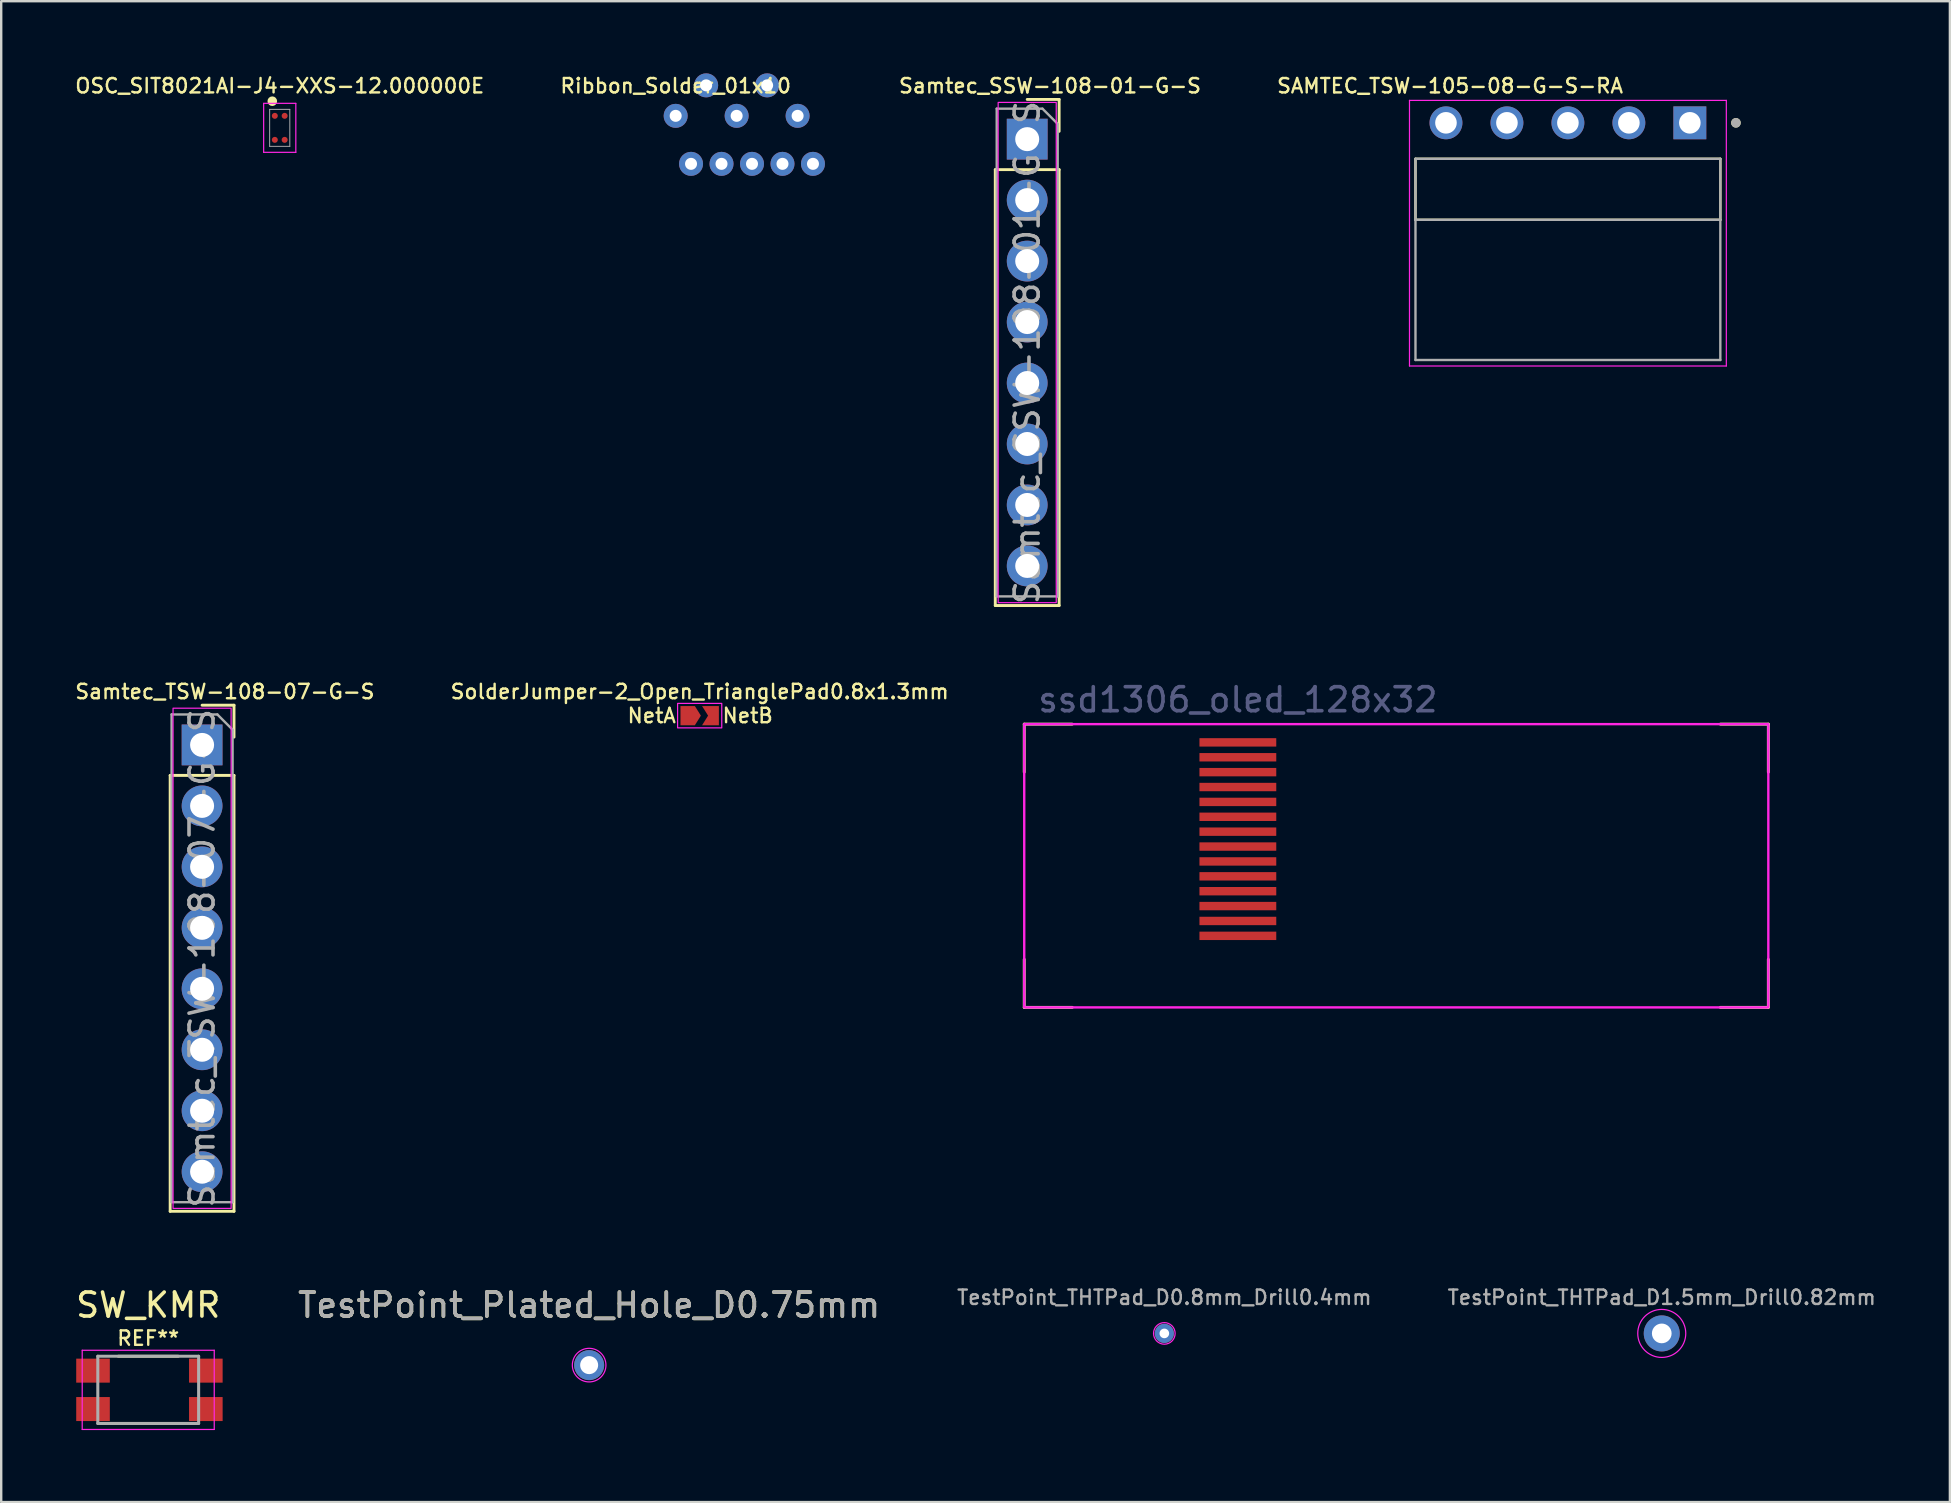
<source format=kicad_pcb>
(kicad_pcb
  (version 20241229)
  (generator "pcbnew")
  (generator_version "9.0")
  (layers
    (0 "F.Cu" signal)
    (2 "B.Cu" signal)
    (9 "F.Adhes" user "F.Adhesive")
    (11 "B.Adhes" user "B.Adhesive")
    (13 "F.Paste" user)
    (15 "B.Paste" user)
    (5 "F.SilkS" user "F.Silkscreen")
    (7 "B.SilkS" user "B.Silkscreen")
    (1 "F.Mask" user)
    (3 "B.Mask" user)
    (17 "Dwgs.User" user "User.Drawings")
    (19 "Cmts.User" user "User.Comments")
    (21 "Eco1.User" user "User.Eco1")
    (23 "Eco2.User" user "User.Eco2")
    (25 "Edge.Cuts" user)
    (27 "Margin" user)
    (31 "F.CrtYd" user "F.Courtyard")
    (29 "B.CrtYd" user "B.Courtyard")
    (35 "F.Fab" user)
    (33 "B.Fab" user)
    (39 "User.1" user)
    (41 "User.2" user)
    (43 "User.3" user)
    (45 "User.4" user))
  (footprint "SolderJumper-2_Open_TrianglePad0.8x1.3mm"
    (layer "F.Cu")
    (at 26.099 26.764)
    (property "Reference" "SolderJumper-2_Open_TrianglePad0.8x1.3mm" (at 0 -1 0) (layer "F.SilkS") (effects (font (size 0.6 0.6) (thickness 0.1))))
    (attr exclude_from_pos_files)
    (fp_rect (start -0.92 -0.51) (end 0.92 0.51) (stroke (width 0.05) (type solid)) (fill no) (layer "F.CrtYd"))
    (fp_text user "NetA" (at -2 0 0) (layer "F.SilkS") (effects (font (size 0.6 0.6) (thickness 0.1))))
    (fp_text user "NetB" (at 2 0 0) (layer "F.SilkS") (effects (font (size 0.6 0.6) (thickness 0.1))))
    (pad "1" smd custom (at -0.4 0) (size 0.1 0.1) (layers "F.Cu" "F.Mask") (options (anchor rect)) (primitives (gr_poly (pts (xy 0.45 0) (xy 0.2 0.4) (xy -0.4 0.4) (xy -0.4 -0.4) (xy 0.2 -0.4)) (width 0) (fill yes))))
    (pad "2" smd custom (at 0.4 0) (size 0.1 0.1) (layers "F.Cu" "F.Mask") (options (anchor rect)) (primitives (gr_poly (pts (xy 0.4 0.4) (xy -0.3 0.4) (xy -0.05 0) (xy -0.3 -0.4) (xy 0.4 -0.4)) (width 0) (fill yes)))))
  (footprint "TestPoint_Plated_Hole_D0.75mm"
    (layer "F.Cu")
    (at 21.494 53.822)
    (property "Reference" "TestPoint_Plated_Hole_D0.75mm" (at 0 -2.498 0) (layer "F.SilkS") (effects (font (size 1 1) (thickness 0.15))))
    (attr exclude_from_pos_files exclude_from_bom)
    (fp_circle (center 0 0) (end 0.7 0) (stroke (width 0.05) (type solid)) (fill no) (layer "F.CrtYd"))
    (fp_text user "${REFERENCE}" (at 0 -2.5 0) (layer "F.Fab") (effects (font (size 1 1) (thickness 0.15))))
    (pad "1" thru_hole circle (at 0 0) (size 1.25 1.25) (drill 0.75) (layers "*.Cu" "*.Mask")))
  (footprint "TestPoint_THTPad_D1.5mm_Drill0.82mm"
    (layer "F.Cu")
    (at 66.18 52.501)
    (property "Reference" "TestPoint_THTPad_D1.5mm_Drill0.82mm" (at 0 -1.5 0) (layer "F.Fab") (effects (font (size 0.6 0.6) (thickness 0.1))))
    (attr exclude_from_pos_files)
    (fp_circle (center 0 0) (end 1 0) (stroke (width 0.05) (type solid)) (fill no) (layer "F.CrtYd"))
    (pad "1" thru_hole circle (at 0 0) (size 1.5 1.5) (drill 0.82) (layers "*.Cu" "*.Mask")))
  (footprint "Samtec_SSW-108-01-G-S"
    (layer "F.Cu")
    (at 39.744 2.747)
    (property "Reference" "Samtec_SSW-108-01-G-S" (at 0.95 -2.22 0) (layer "F.SilkS") (effects (font (size 0.6 0.6) (thickness 0.1))))
    (attr through_hole)
    (fp_line (start -1.33 1.27) (end -1.33 19.43) (stroke (width 0.12) (type solid)) (layer "F.SilkS"))
    (fp_line (start -1.33 1.27) (end 1.33 1.27) (stroke (width 0.12) (type solid)) (layer "F.SilkS"))
    (fp_line (start -1.33 19.43) (end 1.33 19.43) (stroke (width 0.12) (type solid)) (layer "F.SilkS"))
    (fp_line (start 0 -1.655) (end 1.33 -1.655) (stroke (width 0.12) (type solid)) (layer "F.SilkS"))
    (fp_line (start 1.33 -1.655) (end 1.33 -0.325) (stroke (width 0.12) (type solid)) (layer "F.SilkS"))
    (fp_line (start 1.33 1.27) (end 1.33 19.43) (stroke (width 0.12) (type solid)) (layer "F.SilkS"))
    (fp_rect (start -1.21 -1.53) (end 1.21 19.31) (stroke (width 0.05) (type solid)) (fill no) (layer "F.CrtYd"))
    (fp_line (start -1.27 -1.27) (end 0.635 -1.27) (stroke (width 0.1) (type solid)) (layer "F.Fab"))
    (fp_line (start -1.27 19.05) (end -1.27 -1.27) (stroke (width 0.1) (type solid)) (layer "F.Fab"))
    (fp_line (start 0.635 -1.27) (end 1.27 -0.635) (stroke (width 0.1) (type solid)) (layer "F.Fab"))
    (fp_line (start 1.27 -0.635) (end 1.27 19.05) (stroke (width 0.1) (type solid)) (layer "F.Fab"))
    (fp_line (start 1.27 19.05) (end -1.27 19.05) (stroke (width 0.1) (type solid)) (layer "F.Fab"))
    (fp_text user "${REFERENCE}" (at 0 8.89 90) (layer "F.Fab") (effects (font (size 1 1) (thickness 0.15))))
    (pad "1" thru_hole rect (at 0 0) (size 1.7 1.7) (drill 1) (layers "*.Cu" "*.Mask"))
    (pad "2" thru_hole oval (at 0 2.54) (size 1.7 1.7) (drill 1) (layers "*.Cu" "*.Mask"))
    (pad "3" thru_hole oval (at 0 5.08) (size 1.7 1.7) (drill 1) (layers "*.Cu" "*.Mask"))
    (pad "4" thru_hole oval (at 0 7.62) (size 1.7 1.7) (drill 1) (layers "*.Cu" "*.Mask"))
    (pad "5" thru_hole oval (at 0 10.16) (size 1.7 1.7) (drill 1) (layers "*.Cu" "*.Mask"))
    (pad "6" thru_hole oval (at 0 12.7) (size 1.7 1.7) (drill 1) (layers "*.Cu" "*.Mask"))
    (pad "7" thru_hole oval (at 0 15.24) (size 1.7 1.7) (drill 1) (layers "*.Cu" "*.Mask"))
    (pad "8" thru_hole oval (at 0 17.78) (size 1.7 1.7) (drill 1) (layers "*.Cu" "*.Mask")))
  (footprint "Samtec_TSW-108-07-G-S"
    (layer "F.Cu")
    (at 5.369 27.984)
    (property "Reference" "Samtec_TSW-108-07-G-S" (at 0.95 -2.22 0) (layer "F.SilkS") (effects (font (size 0.6 0.6) (thickness 0.1))))
    (attr through_hole)
    (fp_line (start -1.33 1.27) (end -1.33 19.43) (stroke (width 0.12) (type solid)) (layer "F.SilkS"))
    (fp_line (start -1.33 1.27) (end 1.33 1.27) (stroke (width 0.12) (type solid)) (layer "F.SilkS"))
    (fp_line (start -1.33 19.43) (end 1.33 19.43) (stroke (width 0.12) (type solid)) (layer "F.SilkS"))
    (fp_line (start 0 -1.655) (end 1.33 -1.655) (stroke (width 0.12) (type solid)) (layer "F.SilkS"))
    (fp_line (start 1.33 -1.655) (end 1.33 -0.325) (stroke (width 0.12) (type solid)) (layer "F.SilkS"))
    (fp_line (start 1.33 1.27) (end 1.33 19.43) (stroke (width 0.12) (type solid)) (layer "F.SilkS"))
    (fp_rect (start -1.21 -1.53) (end 1.21 19.31) (stroke (width 0.05) (type solid)) (fill no) (layer "F.CrtYd"))
    (fp_line (start -1.27 -1.27) (end 0.635 -1.27) (stroke (width 0.1) (type solid)) (layer "F.Fab"))
    (fp_line (start -1.27 19.05) (end -1.27 -1.27) (stroke (width 0.1) (type solid)) (layer "F.Fab"))
    (fp_line (start 0.635 -1.27) (end 1.27 -0.635) (stroke (width 0.1) (type solid)) (layer "F.Fab"))
    (fp_line (start 1.27 -0.635) (end 1.27 19.05) (stroke (width 0.1) (type solid)) (layer "F.Fab"))
    (fp_line (start 1.27 19.05) (end -1.27 19.05) (stroke (width 0.1) (type solid)) (layer "F.Fab"))
    (fp_text user "${REFERENCE}" (at 0 8.89 90) (layer "F.Fab") (effects (font (size 1 1) (thickness 0.15))))
    (pad "1" thru_hole rect (at 0 0) (size 1.7 1.7) (drill 1) (layers "*.Cu" "*.Mask"))
    (pad "2" thru_hole oval (at 0 2.54) (size 1.7 1.7) (drill 1) (layers "*.Cu" "*.Mask"))
    (pad "3" thru_hole oval (at 0 5.08) (size 1.7 1.7) (drill 1) (layers "*.Cu" "*.Mask"))
    (pad "4" thru_hole oval (at 0 7.62) (size 1.7 1.7) (drill 1) (layers "*.Cu" "*.Mask"))
    (pad "5" thru_hole oval (at 0 10.16) (size 1.7 1.7) (drill 1) (layers "*.Cu" "*.Mask"))
    (pad "6" thru_hole oval (at 0 12.7) (size 1.7 1.7) (drill 1) (layers "*.Cu" "*.Mask"))
    (pad "7" thru_hole oval (at 0 15.24) (size 1.7 1.7) (drill 1) (layers "*.Cu" "*.Mask"))
    (pad "8" thru_hole oval (at 0 17.78) (size 1.7 1.7) (drill 1) (layers "*.Cu" "*.Mask")))
  (footprint "SAMTEC_TSW-105-08-G-S-RA"
    (layer "F.Cu")
    (at 67.35 2.067)
    (property "Reference" "SAMTEC_TSW-105-08-G-S-RA" (at -9.99 -1.54 0) (layer "F.SilkS") (effects (font (size 0.6 0.6) (thickness 0.1) (bold yes))))
    (attr through_hole)
    (fp_line (start -11.43 4.04) (end -11.43 1.5) (stroke (width 0.1) (type solid)) (layer "F.SilkS"))
    (fp_line (start 1.27 1.5) (end -11.43 1.5) (stroke (width 0.1) (type solid)) (layer "F.SilkS"))
    (fp_line (start 1.27 1.5) (end 1.27 4.04) (stroke (width 0.1) (type solid)) (layer "F.SilkS"))
    (fp_line (start 1.27 4.04) (end -11.43 4.04) (stroke (width 0.1) (type solid)) (layer "F.SilkS"))
    (fp_circle (center 1.92 0) (end 2.02 0) (stroke (width 0.2) (type solid)) (fill no) (layer "F.SilkS"))
    (fp_line (start -11.68 -0.935) (end 1.52 -0.935) (stroke (width 0.05) (type solid)) (layer "F.CrtYd"))
    (fp_line (start -11.68 10.13) (end -11.68 -0.935) (stroke (width 0.05) (type solid)) (layer "F.CrtYd"))
    (fp_line (start 1.52 -0.935) (end 1.52 10.13) (stroke (width 0.05) (type solid)) (layer "F.CrtYd"))
    (fp_line (start 1.52 10.13) (end -11.68 10.13) (stroke (width 0.05) (type solid)) (layer "F.CrtYd"))
    (fp_line (start -11.43 1.5) (end 1.27 1.5) (stroke (width 0.1) (type solid)) (layer "F.Fab"))
    (fp_line (start -11.43 4.04) (end -11.43 1.5) (stroke (width 0.1) (type solid)) (layer "F.Fab"))
    (fp_line (start -11.43 4.04) (end -11.43 9.88) (stroke (width 0.1) (type solid)) (layer "F.Fab"))
    (fp_line (start -11.43 9.88) (end 1.27 9.88) (stroke (width 0.1) (type solid)) (layer "F.Fab"))
    (fp_line (start 1.27 1.5) (end 1.27 4.04) (stroke (width 0.1) (type solid)) (layer "F.Fab"))
    (fp_line (start 1.27 4.04) (end -11.43 4.04) (stroke (width 0.1) (type solid)) (layer "F.Fab"))
    (fp_line (start 1.27 9.88) (end 1.27 4.04) (stroke (width 0.1) (type solid)) (layer "F.Fab"))
    (fp_circle (center 1.92 0) (end 2.02 0) (stroke (width 0.2) (type solid)) (fill no) (layer "F.Fab"))
    (pad "01" thru_hole rect (at 0 0) (size 1.37 1.37) (drill 0.9) (layers "*.Cu" "*.Mask"))
    (pad "02" thru_hole circle (at -2.54 0) (size 1.37 1.37) (drill 0.9) (layers "*.Cu" "*.Mask"))
    (pad "03" thru_hole circle (at -5.08 0) (size 1.37 1.37) (drill 0.9) (layers "*.Cu" "*.Mask"))
    (pad "04" thru_hole circle (at -7.62 0) (size 1.37 1.37) (drill 0.9) (layers "*.Cu" "*.Mask"))
    (pad "05" thru_hole circle (at -10.16 0) (size 1.37 1.37) (drill 0.9) (layers "*.Cu" "*.Mask")))
  (footprint "OSC_SIT8021AI-J4-XXS-12.000000E"
    (layer "F.Cu")
    (at 8.604 2.276)
    (property "Reference" "OSC_SIT8021AI-J4-XXS-12.000000E" (at 0 -1.75 180) (layer "F.SilkS") (effects (font (size 0.6 0.6) (thickness 0.1))))
    (attr smd)
    (fp_circle (center -0.205 -0.5) (end -0.03 -0.5) (stroke (width 0) (type solid)) (fill yes) (layer "F.Mask"))
    (fp_circle (center -0.205 0.5) (end -0.03 0.5) (stroke (width 0) (type solid)) (fill yes) (layer "F.Mask"))
    (fp_circle (center 0.205 -0.5) (end 0.38 -0.5) (stroke (width 0) (type solid)) (fill yes) (layer "F.Mask"))
    (fp_circle (center 0.205 0.5) (end 0.38 0.5) (stroke (width 0) (type solid)) (fill yes) (layer "F.Mask"))
    (fp_circle (center -0.31 -1.11) (end -0.21 -1.11) (stroke (width 0.2) (type solid)) (fill no) (layer "F.SilkS"))
    (fp_line (start -0.67 -1.02) (end 0.67 -1.02) (stroke (width 0.05) (type solid)) (layer "F.CrtYd"))
    (fp_line (start -0.67 1.02) (end -0.67 -1.02) (stroke (width 0.05) (type solid)) (layer "F.CrtYd"))
    (fp_line (start 0.67 -1.02) (end 0.67 1.02) (stroke (width 0.05) (type solid)) (layer "F.CrtYd"))
    (fp_line (start 0.67 1.02) (end -0.67 1.02) (stroke (width 0.05) (type solid)) (layer "F.CrtYd"))
    (fp_line (start -0.42 -0.77) (end 0.42 -0.77) (stroke (width 0.04) (type solid)) (layer "F.Fab"))
    (fp_line (start -0.42 0.77) (end -0.42 -0.77) (stroke (width 0.04) (type solid)) (layer "F.Fab"))
    (fp_line (start 0.42 -0.77) (end 0.42 0.77) (stroke (width 0.04) (type solid)) (layer "F.Fab"))
    (fp_line (start 0.42 0.77) (end -0.42 0.77) (stroke (width 0.04) (type solid)) (layer "F.Fab"))
    (pad "1" smd circle (at -0.205 -0.5 270) (size 0.25 0.25) (layers "F.Cu" "F.Paste"))
    (pad "2" smd circle (at -0.205 0.5 270) (size 0.25 0.25) (layers "F.Cu" "F.Paste"))
    (pad "3" smd circle (at 0.205 0.5 270) (size 0.25 0.25) (layers "F.Cu" "F.Paste"))
    (pad "4" smd circle (at 0.205 -0.5 270) (size 0.25 0.25) (layers "F.Cu" "F.Paste")))
  (footprint "ssd1306_oled_128x32"
    (layer "F.Cu")
    (at 48.52 31.918)
    (property "Reference" "ssd1306_oled_128x32" (at 0 -5.23 180) (layer "B.Fab") (effects (font (size 1 1) (thickness 0.15)) (justify bottom)))
    (attr smd)
    (fp_line (start -8.9 -2.8) (end -8.9 -4.8) (stroke (width 0.12) (type default)) (layer "F.SilkS"))
    (fp_line (start -8.9 7) (end -8.9 5) (stroke (width 0.12) (type default)) (layer "F.SilkS"))
    (fp_line (start -6.9 -4.8) (end -8.9 -4.8) (stroke (width 0.12) (type default)) (layer "F.SilkS"))
    (fp_line (start -6.9 7) (end -8.9 7) (stroke (width 0.12) (type default)) (layer "F.SilkS"))
    (fp_line (start 22.1 -4.8) (end 20.1 -4.8) (stroke (width 0.12) (type default)) (layer "F.SilkS"))
    (fp_line (start 22.1 -2.8) (end 22.1 -4.8) (stroke (width 0.12) (type default)) (layer "F.SilkS"))
    (fp_line (start 22.1 7) (end 20.1 7) (stroke (width 0.12) (type default)) (layer "F.SilkS"))
    (fp_line (start 22.1 7) (end 22.1 5) (stroke (width 0.12) (type default)) (layer "F.SilkS"))
    (fp_rect (start -8.9 -4.8) (end 22.1 7) (stroke (width 0.1) (type solid)) (fill no) (layer "F.CrtYd"))
    (pad "1" smd rect (at 0 -4.04 180) (size 3.2 0.35) (layers "F.Cu" "F.Mask" "F.Paste"))
    (pad "2" smd rect (at 0 -3.42 180) (size 3.2 0.35) (layers "F.Cu" "F.Mask" "F.Paste"))
    (pad "3" smd rect (at 0 -2.8 180) (size 3.2 0.35) (layers "F.Cu" "F.Mask" "F.Paste"))
    (pad "4" smd rect (at 0 -2.18 180) (size 3.2 0.35) (layers "F.Cu" "F.Mask" "F.Paste"))
    (pad "5" smd rect (at 0 -1.56 180) (size 3.2 0.35) (layers "F.Cu" "F.Mask" "F.Paste"))
    (pad "6" smd rect (at 0 -0.94 180) (size 3.2 0.35) (layers "F.Cu" "F.Mask" "F.Paste"))
    (pad "7" smd rect (at 0 -0.32 180) (size 3.2 0.35) (layers "F.Cu" "F.Mask" "F.Paste"))
    (pad "8" smd rect (at 0 0.3 180) (size 3.2 0.35) (layers "F.Cu" "F.Mask" "F.Paste"))
    (pad "9" smd rect (at 0 0.92 180) (size 3.2 0.35) (layers "F.Cu" "F.Mask" "F.Paste"))
    (pad "10" smd rect (at 0 1.54 180) (size 3.2 0.35) (layers "F.Cu" "F.Mask" "F.Paste"))
    (pad "11" smd rect (at 0 2.16 180) (size 3.2 0.35) (layers "F.Cu" "F.Mask" "F.Paste"))
    (pad "12" smd rect (at 0 2.78 180) (size 3.2 0.35) (layers "F.Cu" "F.Mask" "F.Paste"))
    (pad "13" smd rect (at 0 3.4 180) (size 3.2 0.35) (layers "F.Cu" "F.Mask" "F.Paste"))
    (pad "14" smd rect (at 0 4.02 180) (size 3.2 0.35) (layers "F.Cu" "F.Mask" "F.Paste")))
  (footprint "SW_KMR"
    (layer "F.Cu")
    (at 3.125 54.852)
    (property "Reference" "SW_KMR" (at 0 -3.53 180) (layer "F.SilkS") (effects (font (size 1 1) (thickness 0.15))))
    (attr smd)
    (fp_line (start 1.25 -1.4) (end -1.25 -1.4) (stroke (width 0.12) (type solid)) (layer "F.SilkS"))
    (fp_line (start 1.25 1.4) (end -1.25 1.4) (stroke (width 0.12) (type solid)) (layer "F.SilkS"))
    (fp_line (start -2.75 -1.65) (end -2.75 1.65) (stroke (width 0.05) (type solid)) (layer "F.CrtYd"))
    (fp_line (start -2.75 1.65) (end 2.75 1.65) (stroke (width 0.05) (type solid)) (layer "F.CrtYd"))
    (fp_line (start 2.75 -1.65) (end -2.75 -1.65) (stroke (width 0.05) (type solid)) (layer "F.CrtYd"))
    (fp_line (start 2.75 1.65) (end 2.75 -1.65) (stroke (width 0.05) (type solid)) (layer "F.CrtYd"))
    (fp_line (start -2.1 -1.4) (end -2.1 1.4) (stroke (width 0.127) (type solid)) (layer "F.Fab"))
    (fp_line (start -2.1 1.4) (end 2.1 1.4) (stroke (width 0.127) (type solid)) (layer "F.Fab"))
    (fp_line (start 2.1 -1.4) (end -2.1 -1.4) (stroke (width 0.127) (type solid)) (layer "F.Fab"))
    (fp_line (start 2.1 1.4) (end 2.1 -1.4) (stroke (width 0.127) (type solid)) (layer "F.Fab"))
    (fp_text user "REF**" (at 0 -2.15 180) (layer "F.SilkS") (effects (font (size 0.6 0.6) (thickness 0.1))))
    (pad "1" smd rect (at -2.3 -0.8) (size 1.4 1) (layers "F.Cu" "F.Mask" "F.Paste"))
    (pad "1" smd rect (at 2.4 -0.8) (size 1.4 1) (layers "F.Cu" "F.Mask" "F.Paste"))
    (pad "2" smd rect (at -2.3 0.8) (size 1.4 1) (layers "F.Cu" "F.Mask" "F.Paste"))
    (pad "2" smd rect (at 2.4 0.8) (size 1.4 1) (layers "F.Cu" "F.Mask" "F.Paste")))
  (footprint "TestPoint_THTPad_D0.8mm_Drill0.4mm"
    (layer "F.Cu")
    (at 45.457 52.501)
    (property "Reference" "TestPoint_THTPad_D0.8mm_Drill0.4mm" (at 0 -1.5 0) (layer "F.Fab") (effects (font (size 0.6 0.6) (thickness 0.1))))
    (attr exclude_from_pos_files)
    (fp_circle (center 0 0) (end 0.45 0) (stroke (width 0.05) (type solid)) (fill no) (layer "F.CrtYd"))
    (pad "1" thru_hole circle (at 0 0) (size 0.8 0.8) (drill 0.4) (layers "*.Cu" "*.Mask")))
  (footprint "Ribbon_Solder_01x10"
    (layer "F.Cu")
    (at 25.099 1.776)
    (property "Reference" "Ribbon_Solder_01x10" (at 0 -1.25 0) (layer "F.SilkS") (effects (font (size 0.6 0.6) (thickness 0.1) (bold yes))))
    (attr exclude_from_pos_files exclude_from_bom)
    (pad "1" thru_hole circle (at 0 0) (size 1 1) (drill 0.5) (layers "*.Cu" "*.Mask"))
    (pad "2" thru_hole circle (at 0.64 2) (size 1 1) (drill 0.5) (layers "*.Cu" "*.Mask"))
    (pad "3" thru_hole circle (at 1.27 -1.27) (size 1 1) (drill 0.5) (layers "*.Cu" "*.Mask"))
    (pad "4" thru_hole circle (at 1.91 2) (size 1 1) (drill 0.5) (layers "*.Cu" "*.Mask"))
    (pad "5" thru_hole circle (at 2.54 0) (size 1 1) (drill 0.5) (layers "*.Cu" "*.Mask"))
    (pad "6" thru_hole circle (at 3.18 2) (size 1 1) (drill 0.5) (layers "*.Cu" "*.Mask"))
    (pad "7" thru_hole circle (at 3.81 -1.27) (size 1 1) (drill 0.5) (layers "*.Cu" "*.Mask"))
    (pad "8" thru_hole circle (at 4.45 2) (size 1 1) (drill 0.5) (layers "*.Cu" "*.Mask"))
    (pad "9" thru_hole circle (at 5.08 0) (size 1 1) (drill 0.5) (layers "*.Cu" "*.Mask"))
    (pad "10" thru_hole circle (at 5.72 2) (size 1 1) (drill 0.5) (layers "*.Cu" "*.Mask")))
  (gr_rect
    (start -3 -3)
    (end 78.184 59.527)
    (stroke (width 0.1) (type default))
    (fill no)
    (layer "Edge.Cuts")))
</source>
